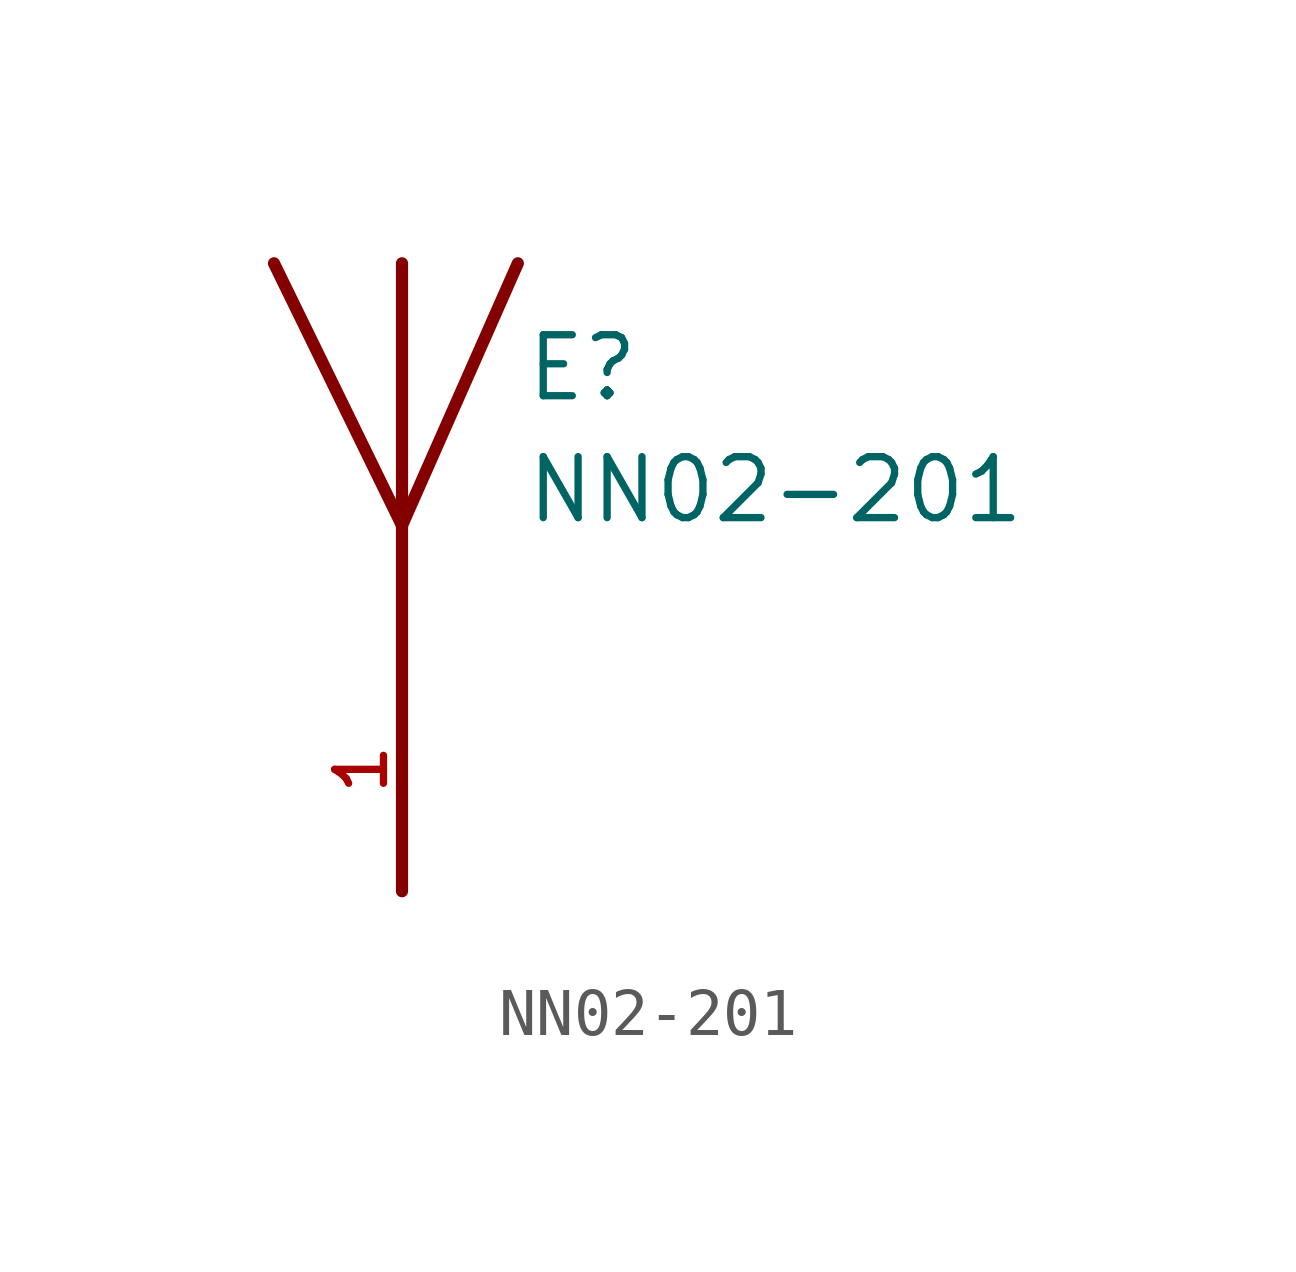
<source format=kicad_sym>
(kicad_symbol_lib
  (version 20211014)
  (generator kicad_symbol_editor)
  (symbol "NN02-201"
    (pin_names
      (offset 1.016))
    (property "Reference" "E"
      (at 2.54 5.08 0)
      (effects (font (size 1.27 1.27)) (justify bottom left)))
    (property "Value" "NN02-201"
      (at 2.54 2.54 0)
      (effects (font (size 1.27 1.27)) (justify bottom left)))
    (symbol "NN02-201_0_0"
      (polyline (pts (xy 2.413 8.001) (xy 0.0 2.54)) (stroke (width 0.254)))
      (polyline (pts (xy 0.0 2.54) (xy -2.667 8.001)) (stroke (width 0.254)))
      (polyline (pts (xy 0.0 8.001) (xy 0.0 2.54)) (stroke (width 0.254)))
      (polyline (pts (xy 0.0 2.54) (xy 0.0 -5.08)) (stroke (width 0.254)))
      (pin input line (at 0.0 -5.08 90.0) (length 5.08) (name "~" (effects (font (size 1.016 1.016)))) (number "1" (effects (font (size 1.016 1.016))))))))
</source>
